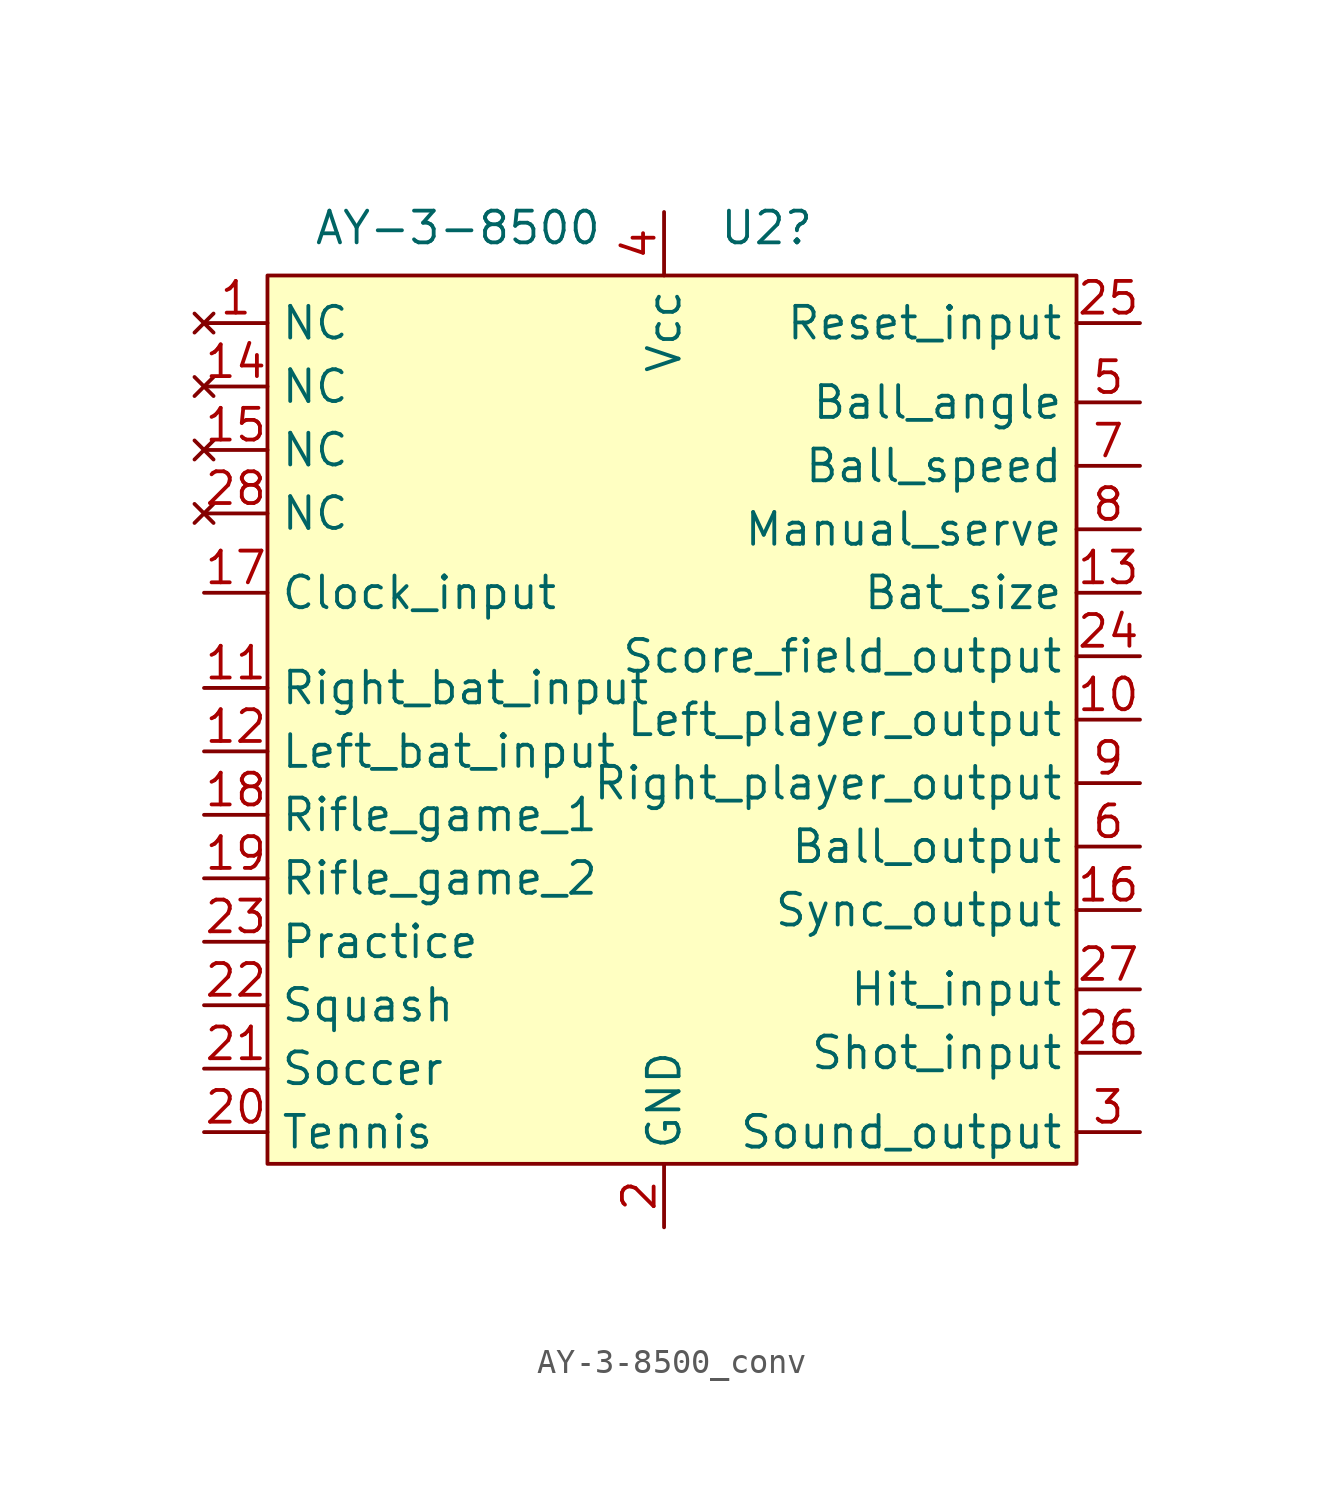
<source format=kicad_sym>
(kicad_symbol_lib
  (version 20220914)
  (generator kicad_symbol_editor)
  (symbol "AY-3-8500_conv"
    (property "Reference" "U2"
      (at -3.521 52.705 0)
      (effects (font (size 1.27 1.27)) (justify left)))
    (property "Value" "AY-3-8500"
      (at -13.97 52.705 0)
      (effects (font (size 1.27 1.27))))
    (symbol "AY-3-8500_conv_0_0"
      (pin no_connect line (at -24.13 48.895 0) (length 2.54) (name "NC" (effects (font (size 1.27 1.27)))) (number "1" (effects (font (size 1.27 1.27)))))
      (pin output line (at 13.335 33.02 180) (length 2.54) (name "Left_player_output" (effects (font (size 1.27 1.27)))) (number "10" (effects (font (size 1.27 1.27)))))
      (pin input line (at -24.13 34.29 0) (length 2.54) (name "Right_bat_input" (effects (font (size 1.27 1.27)))) (number "11" (effects (font (size 1.27 1.27)))))
      (pin input line (at -24.13 31.75 0) (length 2.54) (name "Left_bat_input" (effects (font (size 1.27 1.27)))) (number "12" (effects (font (size 1.27 1.27)))))
      (pin input line (at 13.335 38.1 180) (length 2.54) (name "Bat_size" (effects (font (size 1.27 1.27)))) (number "13" (effects (font (size 1.27 1.27)))))
      (pin no_connect line (at -24.13 46.355 0) (length 2.54) (name "NC" (effects (font (size 1.27 1.27)))) (number "14" (effects (font (size 1.27 1.27)))))
      (pin no_connect line (at -24.13 43.815 0) (length 2.54) (name "NC" (effects (font (size 1.27 1.27)))) (number "15" (effects (font (size 1.27 1.27)))))
      (pin output line (at 13.335 25.4 180) (length 2.54) (name "Sync_output" (effects (font (size 1.27 1.27)))) (number "16" (effects (font (size 1.27 1.27)))))
      (pin input line (at -24.13 38.1 0) (length 2.54) (name "Clock_input" (effects (font (size 1.27 1.27)))) (number "17" (effects (font (size 1.27 1.27)))))
      (pin input line (at -24.13 29.21 0) (length 2.54) (name "Rifle_game_1" (effects (font (size 1.27 1.27)))) (number "18" (effects (font (size 1.27 1.27)))))
      (pin input line (at -24.13 26.67 0) (length 2.54) (name "Rifle_game_2" (effects (font (size 1.27 1.27)))) (number "19" (effects (font (size 1.27 1.27)))))
      (pin power_in line (at -5.715 12.7 90) (length 2.54) (name "GND" (effects (font (size 1.27 1.27)))) (number "2" (effects (font (size 1.27 1.27)))))
      (pin input line (at -24.13 16.51 0) (length 2.54) (name "Tennis" (effects (font (size 1.27 1.27)))) (number "20" (effects (font (size 1.27 1.27)))))
      (pin input line (at -24.13 19.05 0) (length 2.54) (name "Soccer" (effects (font (size 1.27 1.27)))) (number "21" (effects (font (size 1.27 1.27)))))
      (pin input line (at -24.13 21.59 0) (length 2.54) (name "Squash" (effects (font (size 1.27 1.27)))) (number "22" (effects (font (size 1.27 1.27)))))
      (pin input line (at -24.13 24.13 0) (length 2.54) (name "Practice" (effects (font (size 1.27 1.27)))) (number "23" (effects (font (size 1.27 1.27)))))
      (pin output line (at 13.335 35.56 180) (length 2.54) (name "Score_field_output" (effects (font (size 1.27 1.27)))) (number "24" (effects (font (size 1.27 1.27)))))
      (pin input line (at 13.335 48.895 180) (length 2.54) (name "Reset_input" (effects (font (size 1.27 1.27)))) (number "25" (effects (font (size 1.27 1.27)))))
      (pin input line (at 13.335 19.685 180) (length 2.54) (name "Shot_input" (effects (font (size 1.27 1.27)))) (number "26" (effects (font (size 1.27 1.27)))))
      (pin input line (at 13.335 22.225 180) (length 2.54) (name "Hit_input" (effects (font (size 1.27 1.27)))) (number "27" (effects (font (size 1.27 1.27)))))
      (pin no_connect line (at -24.13 41.275 0) (length 2.54) (name "NC" (effects (font (size 1.27 1.27)))) (number "28" (effects (font (size 1.27 1.27)))))
      (pin output line (at 13.335 16.51 180) (length 2.54) (name "Sound_output" (effects (font (size 1.27 1.27)))) (number "3" (effects (font (size 1.27 1.27)))))
      (pin power_in line (at -5.715 53.34 270) (length 2.54) (name "Vcc" (effects (font (size 1.27 1.27)))) (number "4" (effects (font (size 1.27 1.27)))))
      (pin input line (at 13.335 45.72 180) (length 2.54) (name "Ball_angle" (effects (font (size 1.27 1.27)))) (number "5" (effects (font (size 1.27 1.27)))))
      (pin input line (at 13.335 27.94 180) (length 2.54) (name "Ball_output" (effects (font (size 1.27 1.27)))) (number "6" (effects (font (size 1.27 1.27)))))
      (pin input line (at 13.335 43.18 180) (length 2.54) (name "Ball_speed" (effects (font (size 1.27 1.27)))) (number "7" (effects (font (size 1.27 1.27)))))
      (pin input line (at 13.335 40.64 180) (length 2.54) (name "Manual_serve" (effects (font (size 1.27 1.27)))) (number "8" (effects (font (size 1.27 1.27)))))
      (pin output line (at 13.335 30.48 180) (length 2.54) (name "Right_player_output" (effects (font (size 1.27 1.27)))) (number "9" (effects (font (size 1.27 1.27))))))
    (symbol "AY-3-8500_conv_1_1"
      (rectangle (start -21.59 50.8) (end 10.795 15.24) (stroke (width 0) (type default)) (fill (type background))))))
</source>
